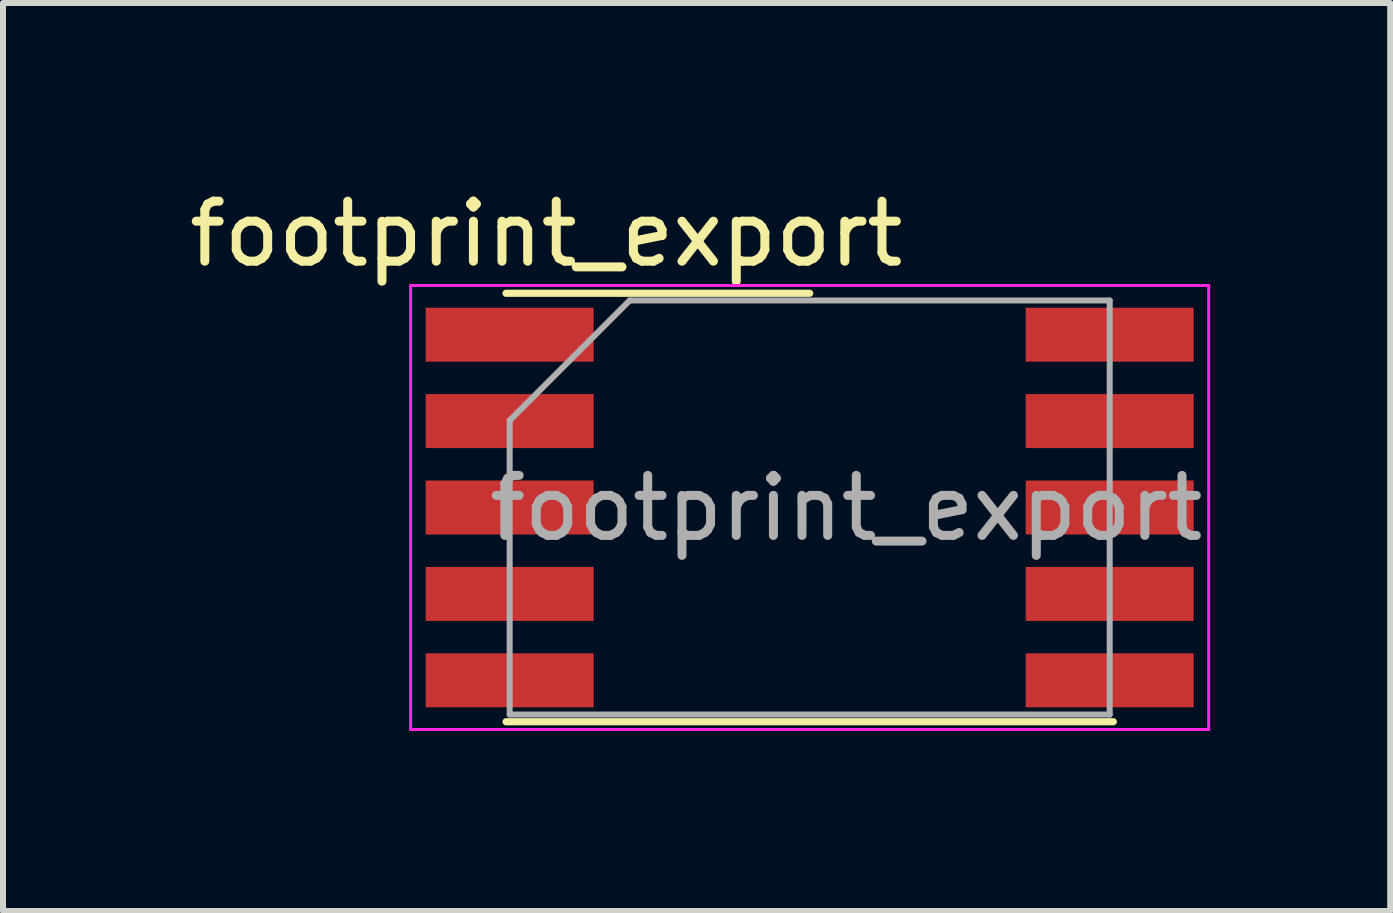
<source format=kicad_pcb>
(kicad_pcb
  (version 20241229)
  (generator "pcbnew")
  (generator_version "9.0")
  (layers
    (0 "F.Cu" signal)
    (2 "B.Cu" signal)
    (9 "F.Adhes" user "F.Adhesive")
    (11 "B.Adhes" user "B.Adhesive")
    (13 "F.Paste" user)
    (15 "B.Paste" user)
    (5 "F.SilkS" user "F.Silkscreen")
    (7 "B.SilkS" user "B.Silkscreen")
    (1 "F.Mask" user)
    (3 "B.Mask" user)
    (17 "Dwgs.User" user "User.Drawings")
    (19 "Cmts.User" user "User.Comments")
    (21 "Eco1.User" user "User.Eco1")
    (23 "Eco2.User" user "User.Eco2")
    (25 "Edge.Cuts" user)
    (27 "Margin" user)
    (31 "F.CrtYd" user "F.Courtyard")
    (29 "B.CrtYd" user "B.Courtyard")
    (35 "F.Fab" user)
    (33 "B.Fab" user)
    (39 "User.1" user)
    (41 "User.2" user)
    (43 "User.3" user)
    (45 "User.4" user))
  (footprint "footprint_export"
    (layer "F.Cu")
    (at 10.444 5.408)
    (property "Reference" "footprint_export" (at -4.39 -4.56 0) (layer "F.SilkS") (effects (font (size 1 1) (thickness 0.15))))
    (attr smd)
    (fp_line (start -5.06 -3.57) (end 0 -3.57) (stroke (width 0.12) (type solid)) (layer "F.SilkS"))
    (fp_line (start 5.06 3.57) (end -5.06 3.57) (stroke (width 0.12) (type solid)) (layer "F.SilkS"))
    (fp_line (start -6.65 -3.7) (end -6.65 3.7) (stroke (width 0.05) (type solid)) (layer "F.CrtYd"))
    (fp_line (start -6.65 -3.7) (end 6.65 -3.7) (stroke (width 0.05) (type solid)) (layer "F.CrtYd"))
    (fp_line (start 6.65 -3.7) (end 6.65 3.7) (stroke (width 0.05) (type solid)) (layer "F.CrtYd"))
    (fp_line (start 6.65 3.7) (end -6.65 3.7) (stroke (width 0.05) (type solid)) (layer "F.CrtYd"))
    (fp_line (start -5 -1.45) (end -3 -3.45) (stroke (width 0.1) (type solid)) (layer "F.Fab"))
    (fp_line (start -5 3.45) (end -5 -1.45) (stroke (width 0.1) (type solid)) (layer "F.Fab"))
    (fp_line (start -3 -3.45) (end 5 -3.45) (stroke (width 0.1) (type solid)) (layer "F.Fab"))
    (fp_line (start 5 -3.45) (end 5 3.45) (stroke (width 0.1) (type solid)) (layer "F.Fab"))
    (fp_line (start 5 3.45) (end -5 3.45) (stroke (width 0.1) (type solid)) (layer "F.Fab"))
    (fp_text user "${REFERENCE}" (at 0.61 0.01 0) (layer "F.Fab") (effects (font (size 1 1) (thickness 0.15))))
    (pad "1" smd rect (at -5 -2.88) (size 2.8 0.9) (layers "F.Cu" "F.Mask" "F.Paste"))
    (pad "2" smd rect (at -5 -1.44) (size 2.8 0.9) (layers "F.Cu" "F.Mask" "F.Paste"))
    (pad "3" smd rect (at -5 0) (size 2.8 0.9) (layers "F.Cu" "F.Mask" "F.Paste"))
    (pad "4" smd rect (at -5 1.44) (size 2.8 0.9) (layers "F.Cu" "F.Mask" "F.Paste"))
    (pad "5" smd rect (at -5 2.88) (size 2.8 0.9) (layers "F.Cu" "F.Mask" "F.Paste"))
    (pad "6" smd rect (at 5 2.88) (size 2.8 0.9) (layers "F.Cu" "F.Mask" "F.Paste"))
    (pad "7" smd rect (at 5 1.44) (size 2.8 0.9) (layers "F.Cu" "F.Mask" "F.Paste"))
    (pad "8" smd rect (at 5 0) (size 2.8 0.9) (layers "F.Cu" "F.Mask" "F.Paste"))
    (pad "9" smd rect (at 5 -1.44) (size 2.8 0.9) (layers "F.Cu" "F.Mask" "F.Paste"))
    (pad "10" smd rect (at 5 -2.88) (size 2.8 0.9) (layers "F.Cu" "F.Mask" "F.Paste")))
  (gr_rect
    (start -3 -3)
    (end 20.119 12.133)
    (stroke (width 0.1) (type default))
    (fill no)
    (layer "Edge.Cuts")))
</source>
